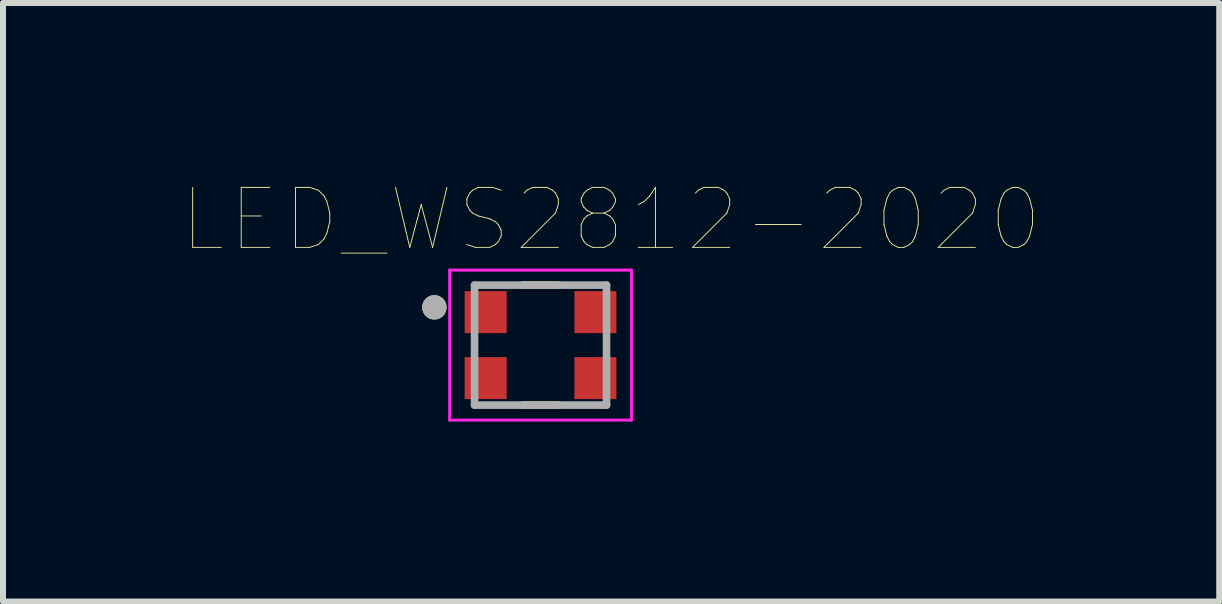
<source format=kicad_pcb>
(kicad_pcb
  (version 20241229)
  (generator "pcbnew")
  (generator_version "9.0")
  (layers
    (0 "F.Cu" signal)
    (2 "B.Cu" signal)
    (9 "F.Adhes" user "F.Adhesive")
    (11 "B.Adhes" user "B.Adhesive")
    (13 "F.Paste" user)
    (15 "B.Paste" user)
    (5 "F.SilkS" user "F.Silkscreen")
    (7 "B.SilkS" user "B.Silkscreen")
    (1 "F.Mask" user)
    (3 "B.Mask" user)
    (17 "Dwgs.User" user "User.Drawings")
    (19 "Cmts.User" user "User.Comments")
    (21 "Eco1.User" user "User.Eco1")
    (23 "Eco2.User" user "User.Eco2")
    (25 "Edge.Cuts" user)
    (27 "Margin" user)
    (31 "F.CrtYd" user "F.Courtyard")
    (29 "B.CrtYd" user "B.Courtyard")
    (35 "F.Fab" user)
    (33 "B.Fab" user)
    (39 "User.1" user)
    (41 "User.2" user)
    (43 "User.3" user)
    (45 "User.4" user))
  (footprint "LED_WS2812-2020"
    (layer "F.Cu")
    (at 5.961 2.703)
    (property "Reference" "LED_WS2812-2020" (at 1.177 -2.091 0) (layer "F.SilkS") (effects (font (size 1 1) (thickness 0.015))))
    (attr through_hole)
    (fp_line (start -0.3 -1) (end 0.3 -1) (stroke (width 0.127) (type solid)) (layer "F.SilkS"))
    (fp_line (start -0.3 1) (end 0.3 1) (stroke (width 0.127) (type solid)) (layer "F.SilkS"))
    (fp_circle (center -1.77 -0.63) (end -1.667 -0.63) (stroke (width 0.2) (type solid)) (fill no) (layer "F.SilkS"))
    (fp_line (start -1.515 -1.25) (end -1.515 1.25) (stroke (width 0.05) (type solid)) (layer "F.CrtYd"))
    (fp_line (start -1.515 1.25) (end 1.515 1.25) (stroke (width 0.05) (type solid)) (layer "F.CrtYd"))
    (fp_line (start 1.515 -1.25) (end -1.515 -1.25) (stroke (width 0.05) (type solid)) (layer "F.CrtYd"))
    (fp_line (start 1.515 1.25) (end 1.515 -1.25) (stroke (width 0.05) (type solid)) (layer "F.CrtYd"))
    (fp_line (start -1.1 -1) (end 1.1 -1) (stroke (width 0.127) (type solid)) (layer "F.Fab"))
    (fp_line (start -1.1 1) (end -1.1 -1) (stroke (width 0.127) (type solid)) (layer "F.Fab"))
    (fp_line (start 1.1 -1) (end 1.1 1) (stroke (width 0.127) (type solid)) (layer "F.Fab"))
    (fp_line (start 1.1 1) (end -1.1 1) (stroke (width 0.127) (type solid)) (layer "F.Fab"))
    (fp_circle (center -1.77 -0.63) (end -1.667 -0.63) (stroke (width 0.2) (type solid)) (fill no) (layer "F.Fab"))
    (pad "1" smd rect (at -0.915 -0.55) (size 0.7 0.7) (layers "F.Cu" "F.Mask" "F.Paste"))
    (pad "2" smd rect (at -0.915 0.55) (size 0.7 0.7) (layers "F.Cu" "F.Mask" "F.Paste"))
    (pad "3" smd rect (at 0.915 0.55) (size 0.7 0.7) (layers "F.Cu" "F.Mask" "F.Paste"))
    (pad "4" smd rect (at 0.915 -0.55) (size 0.7 0.7) (layers "F.Cu" "F.Mask" "F.Paste")))
  (gr_rect
    (start -3 -3)
    (end 17.275 6.978)
    (stroke (width 0.1) (type default))
    (fill no)
    (layer "Edge.Cuts")))
</source>
